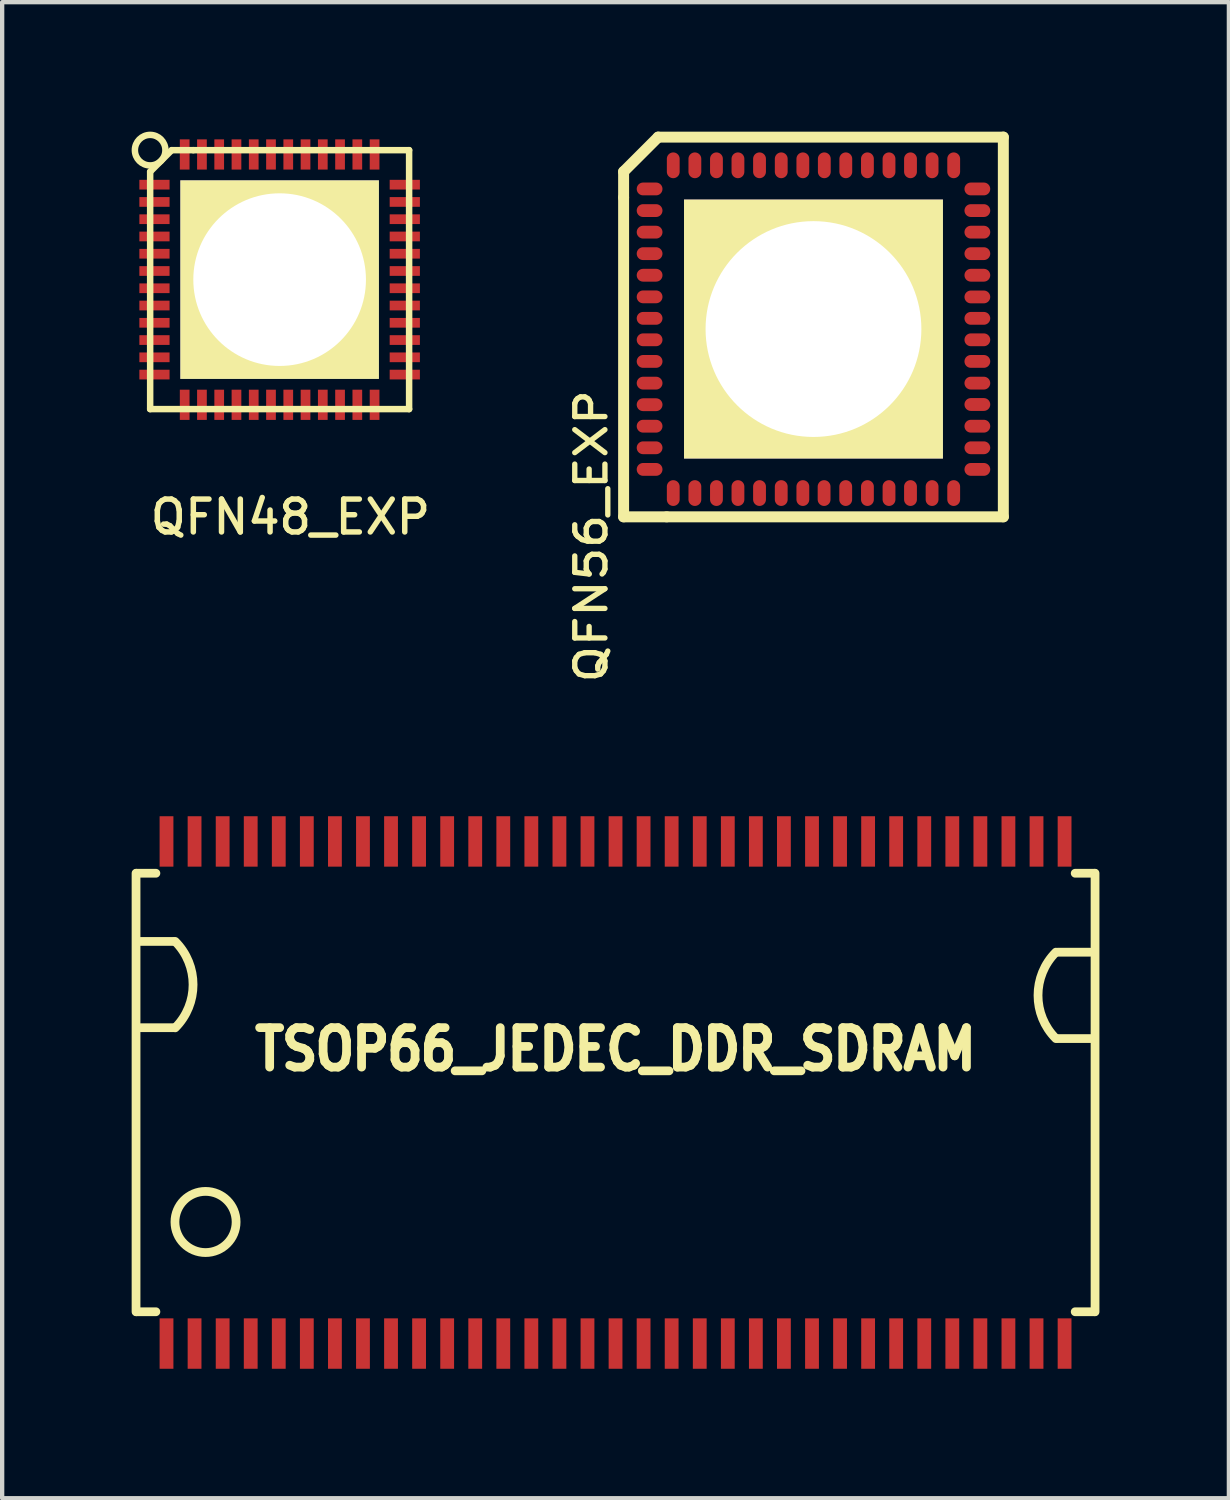
<source format=kicad_pcb>
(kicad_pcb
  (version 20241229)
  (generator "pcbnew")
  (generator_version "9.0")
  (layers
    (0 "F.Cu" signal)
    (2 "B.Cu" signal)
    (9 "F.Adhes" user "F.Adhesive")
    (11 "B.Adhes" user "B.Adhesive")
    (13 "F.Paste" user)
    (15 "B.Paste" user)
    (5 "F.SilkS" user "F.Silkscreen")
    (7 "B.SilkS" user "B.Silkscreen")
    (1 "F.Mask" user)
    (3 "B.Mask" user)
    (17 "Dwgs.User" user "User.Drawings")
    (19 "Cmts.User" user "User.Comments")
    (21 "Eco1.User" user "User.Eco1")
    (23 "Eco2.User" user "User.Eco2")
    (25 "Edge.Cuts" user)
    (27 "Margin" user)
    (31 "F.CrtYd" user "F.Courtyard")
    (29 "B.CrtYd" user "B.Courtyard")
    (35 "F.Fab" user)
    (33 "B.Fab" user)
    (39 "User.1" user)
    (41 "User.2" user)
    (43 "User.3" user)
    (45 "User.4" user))
  (footprint "QFN56_EXP"
    (layer "F.Cu")
    (at 15.798 4.577)
    (property "Reference" "QFN56_EXP" (at -5.149 4.798 90) (layer "F.SilkS") (effects (font (size 0.699 0.798) (thickness 0.124))))
    (attr smd)
    (fp_line (start -4.399 -3.051) (end -4.399 -3.65) (stroke (width 0.254) (type solid)) (layer "F.SilkS"))
    (fp_line (start -4.399 -3.051) (end -4.399 4.348) (stroke (width 0.254) (type solid)) (layer "F.SilkS"))
    (fp_line (start -4.399 4.348) (end -3.401 4.348) (stroke (width 0.254) (type solid)) (layer "F.SilkS"))
    (fp_line (start -3.599 -4.45) (end -4.399 -3.65) (stroke (width 0.254) (type solid)) (layer "F.SilkS"))
    (fp_line (start -3.401 4.348) (end 4.399 4.348) (stroke (width 0.254) (type solid)) (layer "F.SilkS"))
    (fp_line (start 4.399 -4.45) (end -3.599 -4.45) (stroke (width 0.254) (type solid)) (layer "F.SilkS"))
    (fp_line (start 4.399 4.348) (end 4.399 -4.45) (stroke (width 0.254) (type solid)) (layer "F.SilkS"))
    (pad "1" smd oval (at -3.797 -3.249 90) (size 0.297 0.597) (layers "F.Cu" "F.Mask" "F.Paste"))
    (pad "2" smd oval (at -3.797 -2.748 90) (size 0.297 0.597) (layers "F.Cu" "F.Mask" "F.Paste"))
    (pad "3" smd oval (at -3.797 -2.248 90) (size 0.297 0.597) (layers "F.Cu" "F.Mask" "F.Paste"))
    (pad "4" smd oval (at -3.797 -1.75 90) (size 0.297 0.597) (layers "F.Cu" "F.Mask" "F.Paste"))
    (pad "5" smd oval (at -3.797 -1.25 90) (size 0.297 0.597) (layers "F.Cu" "F.Mask" "F.Paste"))
    (pad "6" smd oval (at -3.797 -0.749 90) (size 0.297 0.597) (layers "F.Cu" "F.Mask" "F.Paste"))
    (pad "7" smd oval (at -3.797 -0.251 90) (size 0.297 0.597) (layers "F.Cu" "F.Mask" "F.Paste"))
    (pad "8" smd oval (at -3.797 0.246 90) (size 0.297 0.597) (layers "F.Cu" "F.Mask" "F.Paste"))
    (pad "9" smd oval (at -3.797 0.747 90) (size 0.297 0.597) (layers "F.Cu" "F.Mask" "F.Paste"))
    (pad "10" smd oval (at -3.797 1.25 90) (size 0.297 0.597) (layers "F.Cu" "F.Mask" "F.Paste"))
    (pad "11" smd oval (at -3.797 1.75 90) (size 0.297 0.597) (layers "F.Cu" "F.Mask" "F.Paste"))
    (pad "12" smd oval (at -3.797 2.248 90) (size 0.297 0.597) (layers "F.Cu" "F.Mask" "F.Paste"))
    (pad "13" smd oval (at -3.797 2.748 90) (size 0.297 0.597) (layers "F.Cu" "F.Mask" "F.Paste"))
    (pad "14" smd oval (at -3.797 3.249 90) (size 0.297 0.597) (layers "F.Cu" "F.Mask" "F.Paste"))
    (pad "15" smd oval (at -3.249 3.797) (size 0.297 0.597) (layers "F.Cu" "F.Mask" "F.Paste"))
    (pad "16" smd oval (at -2.748 3.797) (size 0.297 0.597) (layers "F.Cu" "F.Mask" "F.Paste"))
    (pad "17" smd oval (at -2.248 3.797) (size 0.297 0.597) (layers "F.Cu" "F.Mask" "F.Paste"))
    (pad "18" smd oval (at -1.75 3.797) (size 0.297 0.597) (layers "F.Cu" "F.Mask" "F.Paste"))
    (pad "19" smd oval (at -1.25 3.797) (size 0.297 0.597) (layers "F.Cu" "F.Mask" "F.Paste"))
    (pad "20" smd oval (at -0.747 3.797) (size 0.297 0.597) (layers "F.Cu" "F.Mask" "F.Paste"))
    (pad "21" smd oval (at -0.246 3.797) (size 0.297 0.597) (layers "F.Cu" "F.Mask" "F.Paste"))
    (pad "22" smd oval (at 0.246 3.797) (size 0.297 0.597) (layers "F.Cu" "F.Mask" "F.Paste"))
    (pad "23" smd oval (at 0.747 3.797) (size 0.297 0.597) (layers "F.Cu" "F.Mask" "F.Paste"))
    (pad "24" smd oval (at 1.25 3.797) (size 0.297 0.597) (layers "F.Cu" "F.Mask" "F.Paste"))
    (pad "25" smd oval (at 1.75 3.797) (size 0.297 0.597) (layers "F.Cu" "F.Mask" "F.Paste"))
    (pad "26" smd oval (at 2.248 3.797) (size 0.297 0.597) (layers "F.Cu" "F.Mask" "F.Paste"))
    (pad "27" smd oval (at 2.748 3.797) (size 0.297 0.597) (layers "F.Cu" "F.Mask" "F.Paste"))
    (pad "28" smd oval (at 3.249 3.797) (size 0.297 0.597) (layers "F.Cu" "F.Mask" "F.Paste"))
    (pad "29" smd oval (at 3.797 3.249 270) (size 0.297 0.597) (layers "F.Cu" "F.Mask" "F.Paste"))
    (pad "30" smd oval (at 3.797 2.748 270) (size 0.297 0.597) (layers "F.Cu" "F.Mask" "F.Paste"))
    (pad "31" smd oval (at 3.797 2.248 270) (size 0.297 0.597) (layers "F.Cu" "F.Mask" "F.Paste"))
    (pad "32" smd oval (at 3.797 1.745 270) (size 0.297 0.597) (layers "F.Cu" "F.Mask" "F.Paste"))
    (pad "33" smd oval (at 3.797 1.25 270) (size 0.297 0.597) (layers "F.Cu" "F.Mask" "F.Paste"))
    (pad "34" smd oval (at 3.797 0.747 270) (size 0.297 0.597) (layers "F.Cu" "F.Mask" "F.Paste"))
    (pad "35" smd oval (at 3.797 0.246 270) (size 0.297 0.597) (layers "F.Cu" "F.Mask" "F.Paste"))
    (pad "36" smd oval (at 3.797 -0.251 270) (size 0.297 0.597) (layers "F.Cu" "F.Mask" "F.Paste"))
    (pad "37" smd oval (at 3.797 -0.747 270) (size 0.297 0.597) (layers "F.Cu" "F.Mask" "F.Paste"))
    (pad "38" smd oval (at 3.797 -1.25 270) (size 0.297 0.597) (layers "F.Cu" "F.Mask" "F.Paste"))
    (pad "39" smd oval (at 3.797 -1.75 270) (size 0.297 0.597) (layers "F.Cu" "F.Mask" "F.Paste"))
    (pad "40" smd oval (at 3.797 -2.248 270) (size 0.297 0.597) (layers "F.Cu" "F.Mask" "F.Paste"))
    (pad "41" smd oval (at 3.797 -2.748 270) (size 0.297 0.597) (layers "F.Cu" "F.Mask" "F.Paste"))
    (pad "42" smd oval (at 3.797 -3.249 270) (size 0.297 0.597) (layers "F.Cu" "F.Mask" "F.Paste"))
    (pad "43" smd oval (at 3.249 -3.797) (size 0.297 0.597) (layers "F.Cu" "F.Mask" "F.Paste"))
    (pad "44" smd oval (at 2.748 -3.797) (size 0.297 0.597) (layers "F.Cu" "F.Mask" "F.Paste"))
    (pad "45" smd oval (at 2.248 -3.797) (size 0.297 0.597) (layers "F.Cu" "F.Mask" "F.Paste"))
    (pad "46" smd oval (at 1.75 -3.797) (size 0.297 0.597) (layers "F.Cu" "F.Mask" "F.Paste"))
    (pad "47" smd oval (at 1.25 -3.797) (size 0.297 0.597) (layers "F.Cu" "F.Mask" "F.Paste"))
    (pad "48" smd oval (at 0.749 -3.797) (size 0.297 0.597) (layers "F.Cu" "F.Mask" "F.Paste"))
    (pad "49" smd oval (at 0.251 -3.797) (size 0.297 0.597) (layers "F.Cu" "F.Mask" "F.Paste"))
    (pad "50" smd oval (at -0.246 -3.797) (size 0.297 0.597) (layers "F.Cu" "F.Mask" "F.Paste"))
    (pad "51" smd oval (at -0.747 -3.797) (size 0.297 0.597) (layers "F.Cu" "F.Mask" "F.Paste"))
    (pad "52" smd oval (at -1.25 -3.797) (size 0.297 0.597) (layers "F.Cu" "F.Mask" "F.Paste"))
    (pad "53" smd oval (at -1.75 -3.797) (size 0.297 0.597) (layers "F.Cu" "F.Mask" "F.Paste"))
    (pad "54" smd oval (at -2.248 -3.797) (size 0.297 0.597) (layers "F.Cu" "F.Mask" "F.Paste"))
    (pad "55" smd oval (at -2.748 -3.797) (size 0.297 0.597) (layers "F.Cu" "F.Mask" "F.Paste"))
    (pad "56" smd oval (at -3.249 -3.797) (size 0.297 0.597) (layers "F.Cu" "F.Mask" "F.Paste"))
    (pad "57" thru_hole rect (at 0 -0.003) (size 5.999 5.999) (drill 5) (layers "*.Cu" "*.Mask" "F.SilkS")))
  (footprint "QFN48_EXP"
    (layer "F.Cu")
    (at 3.429 3.429)
    (property "Reference" "QFN48_EXP" (at 0.25 5.5 0) (layer "F.SilkS") (effects (font (size 0.762 0.762) (thickness 0.127))))
    (attr smd)
    (fp_line (start -3 -2.5) (end -3 3) (stroke (width 0.15) (type solid)) (layer "F.SilkS"))
    (fp_line (start -3 3) (end 3 3) (stroke (width 0.15) (type solid)) (layer "F.SilkS"))
    (fp_line (start -2.5 -3) (end -3 -2.5) (stroke (width 0.15) (type solid)) (layer "F.SilkS"))
    (fp_line (start -2 -3) (end -2.5 -3) (stroke (width 0.15) (type solid)) (layer "F.SilkS"))
    (fp_line (start 3 -3) (end -2 -3) (stroke (width 0.15) (type solid)) (layer "F.SilkS"))
    (fp_line (start 3 3) (end 3 -3) (stroke (width 0.15) (type solid)) (layer "F.SilkS"))
    (fp_circle (center -3 -3) (end -2.75 -2.75) (stroke (width 0.15) (type solid)) (fill no) (layer "F.SilkS"))
    (pad "1" smd rect (at -2.9 -2.2) (size 0.7 0.225) (layers "F.Cu" "F.Mask" "F.Paste"))
    (pad "2" smd rect (at -2.9 -1.8) (size 0.7 0.225) (layers "F.Cu" "F.Mask" "F.Paste"))
    (pad "3" smd rect (at -2.9 -1.4) (size 0.7 0.225) (layers "F.Cu" "F.Mask" "F.Paste"))
    (pad "4" smd rect (at -2.9 -1) (size 0.7 0.225) (layers "F.Cu" "F.Mask" "F.Paste"))
    (pad "5" smd rect (at -2.9 -0.6) (size 0.7 0.225) (layers "F.Cu" "F.Mask" "F.Paste"))
    (pad "6" smd rect (at -2.9 -0.2) (size 0.7 0.225) (layers "F.Cu" "F.Mask" "F.Paste"))
    (pad "7" smd rect (at -2.9 0.2) (size 0.7 0.225) (layers "F.Cu" "F.Mask" "F.Paste"))
    (pad "8" smd rect (at -2.9 0.6) (size 0.7 0.225) (layers "F.Cu" "F.Mask" "F.Paste"))
    (pad "9" smd rect (at -2.9 1) (size 0.7 0.225) (layers "F.Cu" "F.Mask" "F.Paste"))
    (pad "10" smd rect (at -2.9 1.4) (size 0.7 0.225) (layers "F.Cu" "F.Mask" "F.Paste"))
    (pad "11" smd rect (at -2.9 1.8) (size 0.7 0.225) (layers "F.Cu" "F.Mask" "F.Paste"))
    (pad "12" smd rect (at -2.9 2.2) (size 0.7 0.225) (layers "F.Cu" "F.Mask" "F.Paste"))
    (pad "13" smd rect (at -2.2 2.9) (size 0.225 0.7) (layers "F.Cu" "F.Mask" "F.Paste"))
    (pad "14" smd rect (at -1.8 2.9) (size 0.225 0.7) (layers "F.Cu" "F.Mask" "F.Paste"))
    (pad "15" smd rect (at -1.4 2.9) (size 0.225 0.7) (layers "F.Cu" "F.Mask" "F.Paste"))
    (pad "16" smd rect (at -1 2.9) (size 0.225 0.7) (layers "F.Cu" "F.Mask" "F.Paste"))
    (pad "17" smd rect (at -0.6 2.9) (size 0.225 0.7) (layers "F.Cu" "F.Mask" "F.Paste"))
    (pad "18" smd rect (at -0.2 2.9) (size 0.225 0.7) (layers "F.Cu" "F.Mask" "F.Paste"))
    (pad "19" smd rect (at 0.2 2.9) (size 0.225 0.7) (layers "F.Cu" "F.Mask" "F.Paste"))
    (pad "20" smd rect (at 0.6 2.9) (size 0.225 0.7) (layers "F.Cu" "F.Mask" "F.Paste"))
    (pad "21" smd rect (at 1 2.9) (size 0.225 0.7) (layers "F.Cu" "F.Mask" "F.Paste"))
    (pad "22" smd rect (at 1.4 2.9) (size 0.225 0.7) (layers "F.Cu" "F.Mask" "F.Paste"))
    (pad "23" smd rect (at 1.8 2.9) (size 0.225 0.7) (layers "F.Cu" "F.Mask" "F.Paste"))
    (pad "24" smd rect (at 2.2 2.9) (size 0.225 0.7) (layers "F.Cu" "F.Mask" "F.Paste"))
    (pad "25" smd rect (at 2.9 2.2) (size 0.7 0.225) (layers "F.Cu" "F.Mask" "F.Paste"))
    (pad "26" smd rect (at 2.9 1.8) (size 0.7 0.225) (layers "F.Cu" "F.Mask" "F.Paste"))
    (pad "27" smd rect (at 2.9 1.4) (size 0.7 0.225) (layers "F.Cu" "F.Mask" "F.Paste"))
    (pad "28" smd rect (at 2.9 1) (size 0.7 0.225) (layers "F.Cu" "F.Mask" "F.Paste"))
    (pad "29" smd rect (at 2.9 0.6) (size 0.7 0.225) (layers "F.Cu" "F.Mask" "F.Paste"))
    (pad "30" smd rect (at 2.9 0.2) (size 0.7 0.225) (layers "F.Cu" "F.Mask" "F.Paste"))
    (pad "31" smd rect (at 2.9 -0.2) (size 0.7 0.225) (layers "F.Cu" "F.Mask" "F.Paste"))
    (pad "32" smd rect (at 2.9 -0.6) (size 0.7 0.225) (layers "F.Cu" "F.Mask" "F.Paste"))
    (pad "33" smd rect (at 2.9 -1) (size 0.7 0.225) (layers "F.Cu" "F.Mask" "F.Paste"))
    (pad "34" smd rect (at 2.9 -1.4) (size 0.7 0.225) (layers "F.Cu" "F.Mask" "F.Paste"))
    (pad "35" smd rect (at 2.9 -1.8) (size 0.7 0.225) (layers "F.Cu" "F.Mask" "F.Paste"))
    (pad "36" smd rect (at 2.9 -2.2) (size 0.7 0.225) (layers "F.Cu" "F.Mask" "F.Paste"))
    (pad "37" smd rect (at 2.2 -2.9) (size 0.225 0.7) (layers "F.Cu" "F.Mask" "F.Paste"))
    (pad "38" smd rect (at 1.8 -2.9) (size 0.225 0.7) (layers "F.Cu" "F.Mask" "F.Paste"))
    (pad "39" smd rect (at 1.4 -2.9) (size 0.225 0.7) (layers "F.Cu" "F.Mask" "F.Paste"))
    (pad "40" smd rect (at 1 -2.9) (size 0.225 0.7) (layers "F.Cu" "F.Mask" "F.Paste"))
    (pad "41" smd rect (at 0.6 -2.9) (size 0.225 0.7) (layers "F.Cu" "F.Mask" "F.Paste"))
    (pad "42" smd rect (at 0.2 -2.9) (size 0.225 0.7) (layers "F.Cu" "F.Mask" "F.Paste"))
    (pad "43" smd rect (at -0.2 -2.9) (size 0.225 0.7) (layers "F.Cu" "F.Mask" "F.Paste"))
    (pad "44" smd rect (at -0.6 -2.9) (size 0.225 0.7) (layers "F.Cu" "F.Mask" "F.Paste"))
    (pad "45" smd rect (at -1 -2.9) (size 0.225 0.7) (layers "F.Cu" "F.Mask" "F.Paste"))
    (pad "46" smd rect (at -1.4 -2.9) (size 0.225 0.7) (layers "F.Cu" "F.Mask" "F.Paste"))
    (pad "47" smd rect (at -1.8 -2.9) (size 0.225 0.7) (layers "F.Cu" "F.Mask" "F.Paste"))
    (pad "48" smd rect (at -2.2 -2.9) (size 0.225 0.7) (layers "F.Cu" "F.Mask" "F.Paste"))
    (pad "49" thru_hole rect (at 0 0) (size 4.6 4.6) (drill 4) (layers "*.Cu" "*.Mask" "F.SilkS")))
  (footprint "TSOP66_JEDEC_DDR_SDRAM"
    (layer "F.Cu")
    (at 11.212 22.263)
    (property "Reference" "TSOP66_JEDEC_DDR_SDRAM" (at 0 -1.001 0) (layer "F.SilkS") (effects (font (size 0.914 0.813) (thickness 0.203))))
    (attr smd)
    (fp_line (start -11.11 -5.08) (end -11.11 5.08) (stroke (width 0.203) (type solid)) (layer "F.SilkS"))
    (fp_line (start -11.1 -5.08) (end -10.65 -5.08) (stroke (width 0.203) (type solid)) (layer "F.SilkS"))
    (fp_line (start -11.1 5.08) (end -10.65 5.08) (stroke (width 0.203) (type solid)) (layer "F.SilkS"))
    (fp_line (start -10.249 -3.5) (end -11.001 -3.5) (stroke (width 0.203) (type solid)) (layer "F.SilkS"))
    (fp_line (start -10.249 -1.501) (end -11.001 -1.501) (stroke (width 0.203) (type solid)) (layer "F.SilkS"))
    (fp_line (start 10.249 -3.251) (end 11.001 -3.251) (stroke (width 0.203) (type solid)) (layer "F.SilkS"))
    (fp_line (start 10.249 -1.25) (end 11.001 -1.25) (stroke (width 0.203) (type solid)) (layer "F.SilkS"))
    (fp_line (start 11.1 -5.08) (end 10.65 -5.08) (stroke (width 0.203) (type solid)) (layer "F.SilkS"))
    (fp_line (start 11.1 5.08) (end 10.65 5.08) (stroke (width 0.203) (type solid)) (layer "F.SilkS"))
    (fp_line (start 11.11 -5.08) (end 11.11 5.08) (stroke (width 0.203) (type solid)) (layer "F.SilkS"))
    (fp_arc (start -10.20318 -3.50012) (mid -9.788652 -2.49936) (end -10.20318 -1.4986) (stroke (width 0.2032) (type solid)) (layer "F.SilkS"))
    (fp_arc (start 10.20318 -1.24968) (mid 9.788652 -2.25044) (end 10.20318 -3.2512) (stroke (width 0.2032) (type solid)) (layer "F.SilkS"))
    (fp_circle (center -9.5 3) (end -8.999 2.499) (stroke (width 0.203) (type solid)) (fill no) (layer "F.SilkS"))
    (pad "1" smd rect (at -10.404 5.817) (size 0.32 1.168) (layers "F.Cu" "F.Mask" "F.Paste"))
    (pad "2" smd rect (at -9.754 5.817) (size 0.32 1.168) (layers "F.Cu" "F.Mask" "F.Paste"))
    (pad "3" smd rect (at -9.103 5.817) (size 0.32 1.168) (layers "F.Cu" "F.Mask" "F.Paste"))
    (pad "4" smd rect (at -8.453 5.817) (size 0.32 1.168) (layers "F.Cu" "F.Mask" "F.Paste"))
    (pad "5" smd rect (at -7.803 5.817) (size 0.32 1.168) (layers "F.Cu" "F.Mask" "F.Paste"))
    (pad "6" smd rect (at -7.153 5.817) (size 0.32 1.168) (layers "F.Cu" "F.Mask" "F.Paste"))
    (pad "7" smd rect (at -6.502 5.817) (size 0.32 1.168) (layers "F.Cu" "F.Mask" "F.Paste"))
    (pad "8" smd rect (at -5.852 5.817) (size 0.32 1.168) (layers "F.Cu" "F.Mask" "F.Paste"))
    (pad "9" smd rect (at -5.202 5.817) (size 0.32 1.168) (layers "F.Cu" "F.Mask" "F.Paste"))
    (pad "10" smd rect (at -4.552 5.817) (size 0.32 1.168) (layers "F.Cu" "F.Mask" "F.Paste"))
    (pad "11" smd rect (at -3.901 5.817) (size 0.32 1.168) (layers "F.Cu" "F.Mask" "F.Paste"))
    (pad "12" smd rect (at -3.251 5.817) (size 0.32 1.168) (layers "F.Cu" "F.Mask" "F.Paste"))
    (pad "13" smd rect (at -2.601 5.817) (size 0.32 1.168) (layers "F.Cu" "F.Mask" "F.Paste"))
    (pad "14" smd rect (at -1.951 5.817) (size 0.32 1.168) (layers "F.Cu" "F.Mask" "F.Paste"))
    (pad "15" smd rect (at -1.3 5.817) (size 0.32 1.168) (layers "F.Cu" "F.Mask" "F.Paste"))
    (pad "16" smd rect (at -0.65 5.817) (size 0.32 1.168) (layers "F.Cu" "F.Mask" "F.Paste"))
    (pad "17" smd rect (at 0 5.817) (size 0.32 1.168) (layers "F.Cu" "F.Mask" "F.Paste"))
    (pad "18" smd rect (at 0.65 5.817) (size 0.32 1.168) (layers "F.Cu" "F.Mask" "F.Paste"))
    (pad "19" smd rect (at 1.3 5.817) (size 0.32 1.168) (layers "F.Cu" "F.Mask" "F.Paste"))
    (pad "20" smd rect (at 1.951 5.817) (size 0.32 1.168) (layers "F.Cu" "F.Mask" "F.Paste"))
    (pad "21" smd rect (at 2.601 5.817) (size 0.32 1.168) (layers "F.Cu" "F.Mask" "F.Paste"))
    (pad "22" smd rect (at 3.251 5.817) (size 0.32 1.168) (layers "F.Cu" "F.Mask" "F.Paste"))
    (pad "23" smd rect (at 3.901 5.817) (size 0.32 1.168) (layers "F.Cu" "F.Mask" "F.Paste"))
    (pad "24" smd rect (at 4.552 5.817) (size 0.32 1.168) (layers "F.Cu" "F.Mask" "F.Paste"))
    (pad "25" smd rect (at 5.202 5.817) (size 0.32 1.168) (layers "F.Cu" "F.Mask" "F.Paste"))
    (pad "26" smd rect (at 5.852 5.817) (size 0.32 1.168) (layers "F.Cu" "F.Mask" "F.Paste"))
    (pad "27" smd rect (at 6.502 5.817) (size 0.32 1.168) (layers "F.Cu" "F.Mask" "F.Paste"))
    (pad "28" smd rect (at 7.153 5.817) (size 0.32 1.168) (layers "F.Cu" "F.Mask" "F.Paste"))
    (pad "29" smd rect (at 7.803 5.817) (size 0.32 1.168) (layers "F.Cu" "F.Mask" "F.Paste"))
    (pad "30" smd rect (at 8.453 5.817) (size 0.32 1.168) (layers "F.Cu" "F.Mask" "F.Paste"))
    (pad "31" smd rect (at 9.103 5.817) (size 0.32 1.168) (layers "F.Cu" "F.Mask" "F.Paste"))
    (pad "32" smd rect (at 9.754 5.817) (size 0.32 1.168) (layers "F.Cu" "F.Mask" "F.Paste"))
    (pad "33" smd rect (at 10.404 5.817) (size 0.32 1.168) (layers "F.Cu" "F.Mask" "F.Paste"))
    (pad "34" smd rect (at 10.404 -5.817) (size 0.32 1.168) (layers "F.Cu" "F.Mask" "F.Paste"))
    (pad "35" smd rect (at 9.754 -5.817) (size 0.32 1.168) (layers "F.Cu" "F.Mask" "F.Paste"))
    (pad "36" smd rect (at 9.103 -5.817) (size 0.32 1.168) (layers "F.Cu" "F.Mask" "F.Paste"))
    (pad "37" smd rect (at 8.453 -5.817) (size 0.32 1.168) (layers "F.Cu" "F.Mask" "F.Paste"))
    (pad "38" smd rect (at 7.803 -5.817) (size 0.32 1.168) (layers "F.Cu" "F.Mask" "F.Paste"))
    (pad "39" smd rect (at 7.153 -5.817) (size 0.32 1.168) (layers "F.Cu" "F.Mask" "F.Paste"))
    (pad "40" smd rect (at 6.502 -5.817) (size 0.32 1.168) (layers "F.Cu" "F.Mask" "F.Paste"))
    (pad "41" smd rect (at 5.852 -5.817) (size 0.32 1.168) (layers "F.Cu" "F.Mask" "F.Paste"))
    (pad "42" smd rect (at 5.202 -5.817) (size 0.32 1.168) (layers "F.Cu" "F.Mask" "F.Paste"))
    (pad "43" smd rect (at 4.552 -5.817) (size 0.32 1.168) (layers "F.Cu" "F.Mask" "F.Paste"))
    (pad "44" smd rect (at 3.901 -5.817) (size 0.32 1.168) (layers "F.Cu" "F.Mask" "F.Paste"))
    (pad "45" smd rect (at 3.251 -5.817) (size 0.32 1.168) (layers "F.Cu" "F.Mask" "F.Paste"))
    (pad "46" smd rect (at 2.601 -5.817) (size 0.32 1.168) (layers "F.Cu" "F.Mask" "F.Paste"))
    (pad "47" smd rect (at 1.951 -5.817) (size 0.32 1.168) (layers "F.Cu" "F.Mask" "F.Paste"))
    (pad "48" smd rect (at 1.3 -5.817) (size 0.32 1.168) (layers "F.Cu" "F.Mask" "F.Paste"))
    (pad "49" smd rect (at 0.65 -5.817) (size 0.32 1.168) (layers "F.Cu" "F.Mask" "F.Paste"))
    (pad "50" smd rect (at 0 -5.817) (size 0.32 1.168) (layers "F.Cu" "F.Mask" "F.Paste"))
    (pad "51" smd rect (at -0.65 -5.817) (size 0.32 1.168) (layers "F.Cu" "F.Mask" "F.Paste"))
    (pad "52" smd rect (at -1.3 -5.817) (size 0.32 1.168) (layers "F.Cu" "F.Mask" "F.Paste"))
    (pad "53" smd rect (at -1.951 -5.817) (size 0.32 1.168) (layers "F.Cu" "F.Mask" "F.Paste"))
    (pad "54" smd rect (at -2.601 -5.817) (size 0.32 1.168) (layers "F.Cu" "F.Mask" "F.Paste"))
    (pad "55" smd rect (at -3.251 -5.817) (size 0.32 1.168) (layers "F.Cu" "F.Mask" "F.Paste"))
    (pad "56" smd rect (at -3.901 -5.817) (size 0.32 1.168) (layers "F.Cu" "F.Mask" "F.Paste"))
    (pad "57" smd rect (at -4.552 -5.817) (size 0.32 1.168) (layers "F.Cu" "F.Mask" "F.Paste"))
    (pad "58" smd rect (at -5.202 -5.817) (size 0.32 1.168) (layers "F.Cu" "F.Mask" "F.Paste"))
    (pad "59" smd rect (at -5.852 -5.817) (size 0.32 1.168) (layers "F.Cu" "F.Mask" "F.Paste"))
    (pad "60" smd rect (at -6.502 -5.817) (size 0.32 1.168) (layers "F.Cu" "F.Mask" "F.Paste"))
    (pad "61" smd rect (at -7.153 -5.817) (size 0.32 1.168) (layers "F.Cu" "F.Mask" "F.Paste"))
    (pad "62" smd rect (at -7.803 -5.817) (size 0.32 1.168) (layers "F.Cu" "F.Mask" "F.Paste"))
    (pad "63" smd rect (at -8.453 -5.817) (size 0.32 1.168) (layers "F.Cu" "F.Mask" "F.Paste"))
    (pad "64" smd rect (at -9.103 -5.817) (size 0.32 1.168) (layers "F.Cu" "F.Mask" "F.Paste"))
    (pad "65" smd rect (at -9.754 -5.817) (size 0.32 1.168) (layers "F.Cu" "F.Mask" "F.Paste"))
    (pad "66" smd rect (at -10.404 -5.817) (size 0.32 1.168) (layers "F.Cu" "F.Mask" "F.Paste")))
  (gr_rect
    (start -3 -3)
    (end 25.423 31.664)
    (stroke (width 0.1) (type default))
    (fill no)
    (layer "Edge.Cuts")))
</source>
